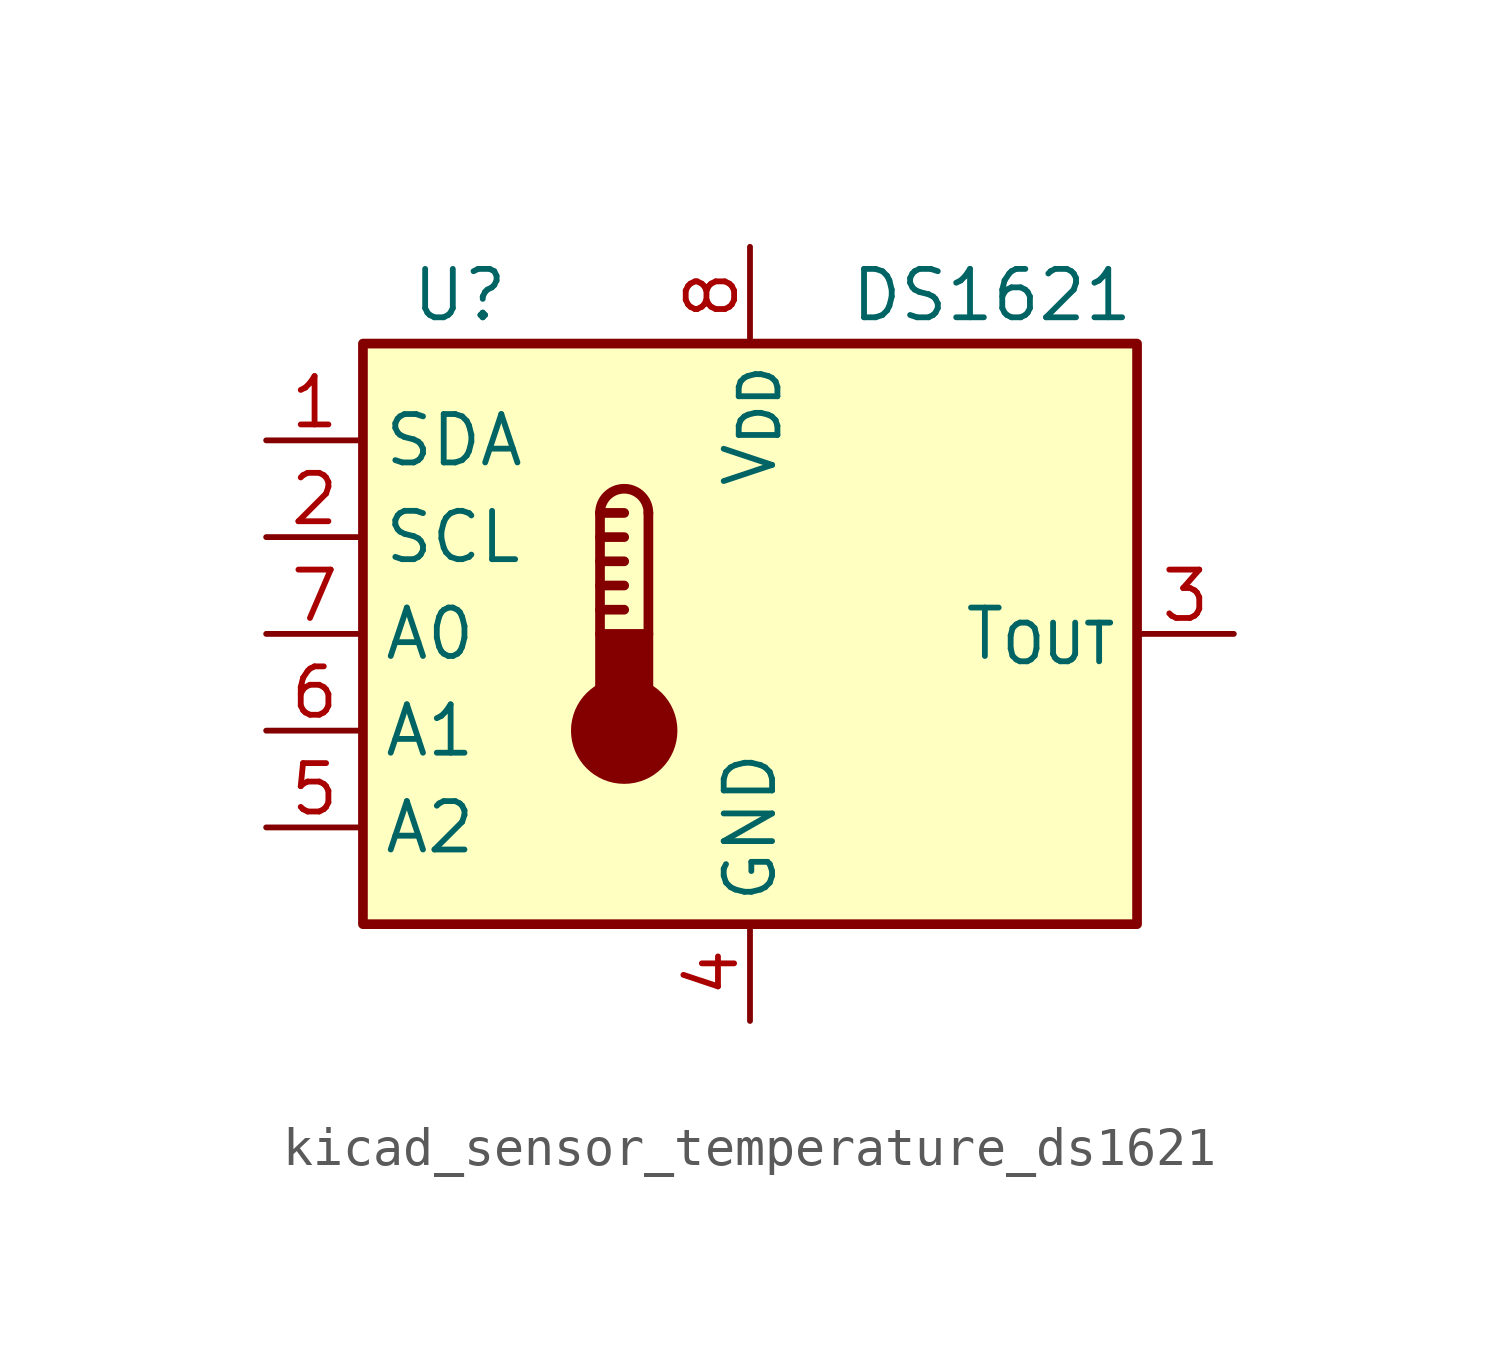
<source format=kicad_sym>
(kicad_symbol_lib
  (version 20220914)
  (generator kicad_symbol_editor)
  (symbol "kicad_sensor_temperature_ds1621"
    (property "Reference" "U"
      (at -7.62 8.89 0)
      (effects (font (size 1.27 1.27))))
    (property "Value" "DS1621"
      (at 6.35 8.89 0)
      (effects (font (size 1.27 1.27))))
    (symbol "kicad_sensor_temperature_ds1621_0_1"
      (rectangle (start -10.16 7.62) (end 10.16 -7.62) (stroke (width 0.254) (type default)) (fill (type background)))
      (circle (center -3.302 -2.54) (radius 1.27) (stroke (width 0.254) (type default)) (fill (type outline)))
      (rectangle (start -2.667 -1.905) (end -3.937 0) (stroke (width 0.254) (type default)) (fill (type outline)))
      (arc (start -2.667 3.175) (mid -3.302 3.8073) (end -3.937 3.175) (stroke (width 0.254) (type default)) (fill (type none)))
      (polyline (pts (xy -3.937 0.635) (xy -3.302 0.635)) (stroke (width 0.254) (type default)) (fill (type none)))
      (polyline (pts (xy -3.937 1.27) (xy -3.302 1.27)) (stroke (width 0.254) (type default)) (fill (type none)))
      (polyline (pts (xy -3.937 1.905) (xy -3.302 1.905)) (stroke (width 0.254) (type default)) (fill (type none)))
      (polyline (pts (xy -3.937 2.54) (xy -3.302 2.54)) (stroke (width 0.254) (type default)) (fill (type none)))
      (polyline (pts (xy -3.937 3.175) (xy -3.937 0)) (stroke (width 0.254) (type default)) (fill (type none)))
      (polyline (pts (xy -3.937 3.175) (xy -3.302 3.175)) (stroke (width 0.254) (type default)) (fill (type none)))
      (polyline (pts (xy -2.667 3.175) (xy -2.667 0)) (stroke (width 0.254) (type default)) (fill (type none))))
    (symbol "kicad_sensor_temperature_ds1621_1_1"
      (pin bidirectional line (at -12.7 5.08 0) (length 2.54) (name "SDA" (effects (font (size 1.27 1.27)))) (number "1" (effects (font (size 1.27 1.27)))))
      (pin input line (at -12.7 2.54 0) (length 2.54) (name "SCL" (effects (font (size 1.27 1.27)))) (number "2" (effects (font (size 1.27 1.27)))))
      (pin output line (at 12.7 0 180) (length 2.54) (name "T_{OUT}" (effects (font (size 1.27 1.27)))) (number "3" (effects (font (size 1.27 1.27)))))
      (pin power_in line (at 0 -10.16 90) (length 2.54) (name "GND" (effects (font (size 1.27 1.27)))) (number "4" (effects (font (size 1.27 1.27)))))
      (pin input line (at -12.7 -5.08 0) (length 2.54) (name "A2" (effects (font (size 1.27 1.27)))) (number "5" (effects (font (size 1.27 1.27)))))
      (pin input line (at -12.7 -2.54 0) (length 2.54) (name "A1" (effects (font (size 1.27 1.27)))) (number "6" (effects (font (size 1.27 1.27)))))
      (pin input line (at -12.7 0 0) (length 2.54) (name "A0" (effects (font (size 1.27 1.27)))) (number "7" (effects (font (size 1.27 1.27)))))
      (pin power_in line (at 0 10.16 270) (length 2.54) (name "V_{DD}" (effects (font (size 1.27 1.27)))) (number "8" (effects (font (size 1.27 1.27))))))))
</source>
